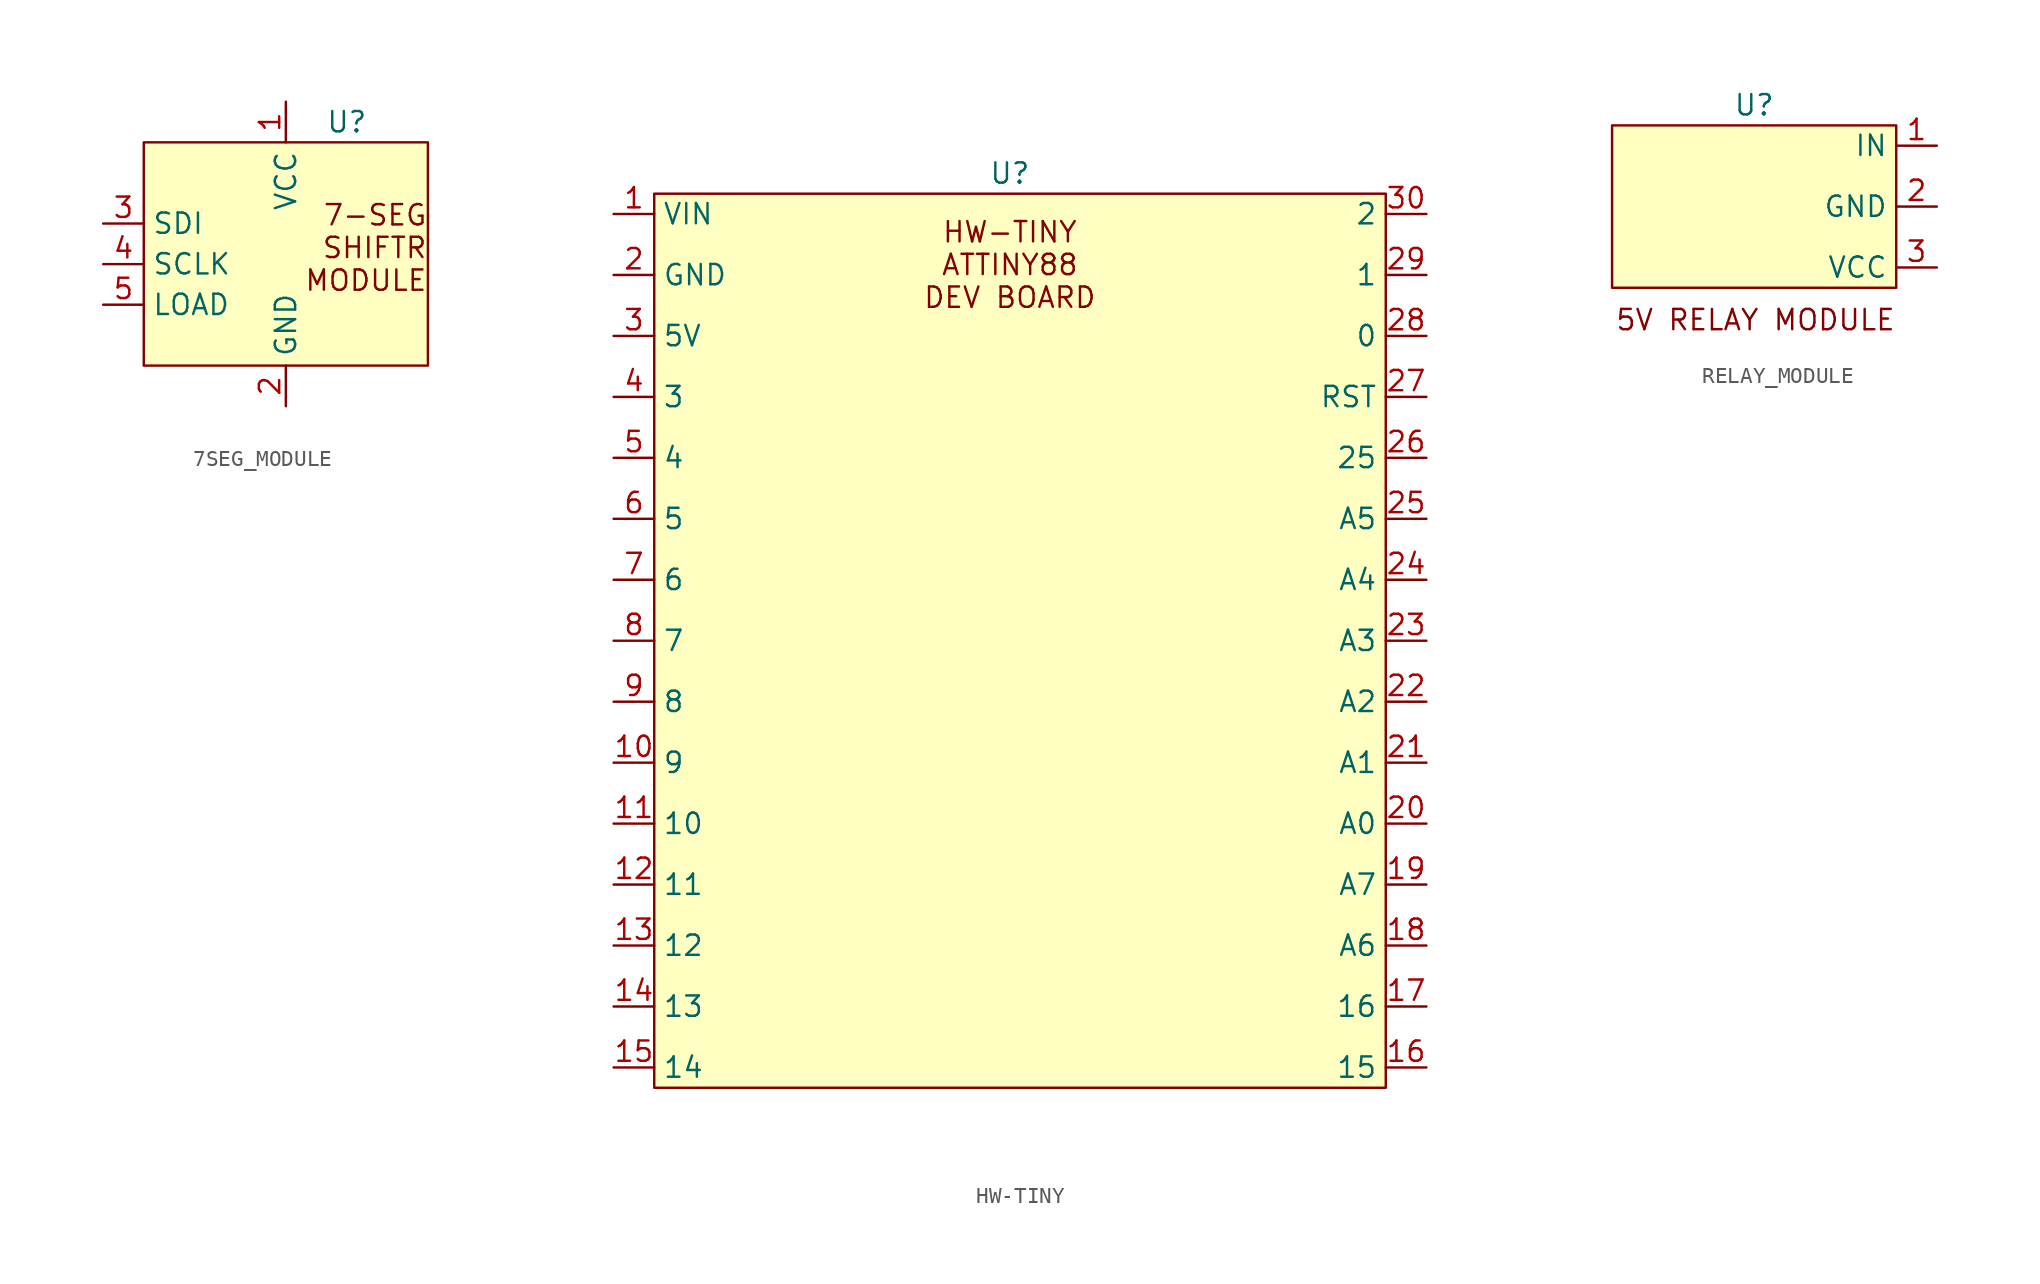
<source format=kicad_sym>
(kicad_symbol_lib
  (version 20220914)
  (generator kicad_symbol_editor)
  (symbol "7SEG_MODULE"
    (property "Reference" "U"
      (at 3.81 5.08 0)
      (effects (font (size 1.27 1.27))))
    (property "Value" ""
      (at -1.27 0 0)
      (effects (font (size 1.27 1.27))))
    (symbol "7SEG_MODULE_1_1"
      (rectangle (start -8.89 3.81) (end 8.89 -10.16) (stroke (width 0) (type default)) (fill (type background)))
      (text "7-SEG\nSHIFTR\nMODULE" (at 8.89 0 0) (effects (font (size 1.27 1.27)) (justify right top)))
      (pin power_in line (at 0 6.35 270) (length 2.54) (name "VCC" (effects (font (size 1.27 1.27)))) (number "1" (effects (font (size 1.27 1.27)))))
      (pin power_in line (at 0 -12.7 90) (length 2.54) (name "GND" (effects (font (size 1.27 1.27)))) (number "2" (effects (font (size 1.27 1.27)))))
      (pin input line (at -11.43 -1.27 0) (length 2.54) (name "SDI" (effects (font (size 1.27 1.27)))) (number "3" (effects (font (size 1.27 1.27)))))
      (pin input line (at -11.43 -3.81 0) (length 2.54) (name "SCLK" (effects (font (size 1.27 1.27)))) (number "4" (effects (font (size 1.27 1.27)))))
      (pin input line (at -11.43 -6.35 0) (length 2.54) (name "LOAD" (effects (font (size 1.27 1.27)))) (number "5" (effects (font (size 1.27 1.27)))))))
  (symbol "HW-TINY"
    (property "Reference" "U"
      (at 0 1.27 0)
      (effects (font (size 1.27 1.27))))
    (property "Value" ""
      (at 0.635 -5.08 0)
      (effects (font (size 1.27 1.27))))
    (symbol "HW-TINY_1_1"
      (rectangle (start -22.225 0) (end 23.495 -55.88) (stroke (width 0) (type default)) (fill (type background)))
      (text "HW-TINY\nATTINY88\nDEV BOARD" (at 0 -4.445 0) (effects (font (size 1.27 1.27))))
      (pin power_in line (at -24.765 -1.27 0) (length 2.54) (name "VIN" (effects (font (size 1.27 1.27)))) (number "1" (effects (font (size 1.27 1.27)))))
      (pin bidirectional line (at -24.765 -35.56 0) (length 2.54) (name "9" (effects (font (size 1.27 1.27)))) (number "10" (effects (font (size 1.27 1.27)))))
      (pin bidirectional line (at -24.765 -39.37 0) (length 2.54) (name "10" (effects (font (size 1.27 1.27)))) (number "11" (effects (font (size 1.27 1.27)))))
      (pin bidirectional line (at -24.765 -43.18 0) (length 2.54) (name "11" (effects (font (size 1.27 1.27)))) (number "12" (effects (font (size 1.27 1.27)))))
      (pin bidirectional line (at -24.765 -46.99 0) (length 2.54) (name "12" (effects (font (size 1.27 1.27)))) (number "13" (effects (font (size 1.27 1.27)))))
      (pin bidirectional line (at -24.765 -50.8 0) (length 2.54) (name "13" (effects (font (size 1.27 1.27)))) (number "14" (effects (font (size 1.27 1.27)))))
      (pin bidirectional line (at -24.765 -54.61 0) (length 2.54) (name "14" (effects (font (size 1.27 1.27)))) (number "15" (effects (font (size 1.27 1.27)))))
      (pin bidirectional line (at 26.035 -54.61 180) (length 2.54) (name "15" (effects (font (size 1.27 1.27)))) (number "16" (effects (font (size 1.27 1.27)))))
      (pin bidirectional line (at 26.035 -50.8 180) (length 2.54) (name "16" (effects (font (size 1.27 1.27)))) (number "17" (effects (font (size 1.27 1.27)))))
      (pin bidirectional line (at 26.035 -46.99 180) (length 2.54) (name "A6" (effects (font (size 1.27 1.27)))) (number "18" (effects (font (size 1.27 1.27)))))
      (pin bidirectional line (at 26.035 -43.18 180) (length 2.54) (name "A7" (effects (font (size 1.27 1.27)))) (number "19" (effects (font (size 1.27 1.27)))))
      (pin power_out line (at -24.765 -5.08 0) (length 2.54) (name "GND" (effects (font (size 1.27 1.27)))) (number "2" (effects (font (size 1.27 1.27)))))
      (pin bidirectional line (at 26.035 -39.37 180) (length 2.54) (name "A0" (effects (font (size 1.27 1.27)))) (number "20" (effects (font (size 1.27 1.27)))))
      (pin bidirectional line (at 26.035 -35.56 180) (length 2.54) (name "A1" (effects (font (size 1.27 1.27)))) (number "21" (effects (font (size 1.27 1.27)))))
      (pin bidirectional line (at 26.035 -31.75 180) (length 2.54) (name "A2" (effects (font (size 1.27 1.27)))) (number "22" (effects (font (size 1.27 1.27)))))
      (pin bidirectional line (at 26.035 -27.94 180) (length 2.54) (name "A3" (effects (font (size 1.27 1.27)))) (number "23" (effects (font (size 1.27 1.27)))))
      (pin bidirectional line (at 26.035 -24.13 180) (length 2.54) (name "A4" (effects (font (size 1.27 1.27)))) (number "24" (effects (font (size 1.27 1.27)))))
      (pin bidirectional line (at 26.035 -20.32 180) (length 2.54) (name "A5" (effects (font (size 1.27 1.27)))) (number "25" (effects (font (size 1.27 1.27)))))
      (pin bidirectional line (at 26.035 -16.51 180) (length 2.54) (name "25" (effects (font (size 1.27 1.27)))) (number "26" (effects (font (size 1.27 1.27)))))
      (pin input line (at 26.035 -12.7 180) (length 2.54) (name "RST" (effects (font (size 1.27 1.27)))) (number "27" (effects (font (size 1.27 1.27)))))
      (pin bidirectional line (at 26.035 -8.89 180) (length 2.54) (name "0" (effects (font (size 1.27 1.27)))) (number "28" (effects (font (size 1.27 1.27)))))
      (pin bidirectional line (at 26.035 -5.08 180) (length 2.54) (name "1" (effects (font (size 1.27 1.27)))) (number "29" (effects (font (size 1.27 1.27)))))
      (pin power_out line (at -24.765 -8.89 0) (length 2.54) (name "5V" (effects (font (size 1.27 1.27)))) (number "3" (effects (font (size 1.27 1.27)))))
      (pin bidirectional line (at 26.035 -1.27 180) (length 2.54) (name "2" (effects (font (size 1.27 1.27)))) (number "30" (effects (font (size 1.27 1.27)))))
      (pin bidirectional line (at -24.765 -12.7 0) (length 2.54) (name "3" (effects (font (size 1.27 1.27)))) (number "4" (effects (font (size 1.27 1.27)))))
      (pin bidirectional line (at -24.765 -16.51 0) (length 2.54) (name "4" (effects (font (size 1.27 1.27)))) (number "5" (effects (font (size 1.27 1.27)))))
      (pin bidirectional line (at -24.765 -20.32 0) (length 2.54) (name "5" (effects (font (size 1.27 1.27)))) (number "6" (effects (font (size 1.27 1.27)))))
      (pin bidirectional line (at -24.765 -24.13 0) (length 2.54) (name "6" (effects (font (size 1.27 1.27)))) (number "7" (effects (font (size 1.27 1.27)))))
      (pin bidirectional line (at -24.765 -27.94 0) (length 2.54) (name "7" (effects (font (size 1.27 1.27)))) (number "8" (effects (font (size 1.27 1.27)))))
      (pin bidirectional line (at -24.765 -31.75 0) (length 2.54) (name "8" (effects (font (size 1.27 1.27)))) (number "9" (effects (font (size 1.27 1.27)))))))
  (symbol "RELAY_MODULE"
    (property "Reference" "U"
      (at 0 6.35 0)
      (effects (font (size 1.27 1.27))))
    (property "Value" ""
      (at 5.08 6.35 0)
      (effects (font (size 1.27 1.27))))
    (symbol "RELAY_MODULE_1_1"
      (rectangle (start -8.89 -5.08) (end 8.89 5.08) (stroke (width 0) (type default)) (fill (type background)))
      (text "5V RELAY MODULE" (at 8.89 -6.35 0) (effects (font (size 1.27 1.27)) (justify right top)))
      (pin input line (at 11.43 3.81 180) (length 2.54) (name "IN" (effects (font (size 1.27 1.27)))) (number "1" (effects (font (size 1.27 1.27)))))
      (pin power_in line (at 11.43 0 180) (length 2.54) (name "GND" (effects (font (size 1.27 1.27)))) (number "2" (effects (font (size 1.27 1.27)))))
      (pin power_in line (at 11.43 -3.81 180) (length 2.54) (name "VCC" (effects (font (size 1.27 1.27)))) (number "3" (effects (font (size 1.27 1.27))))))))
</source>
